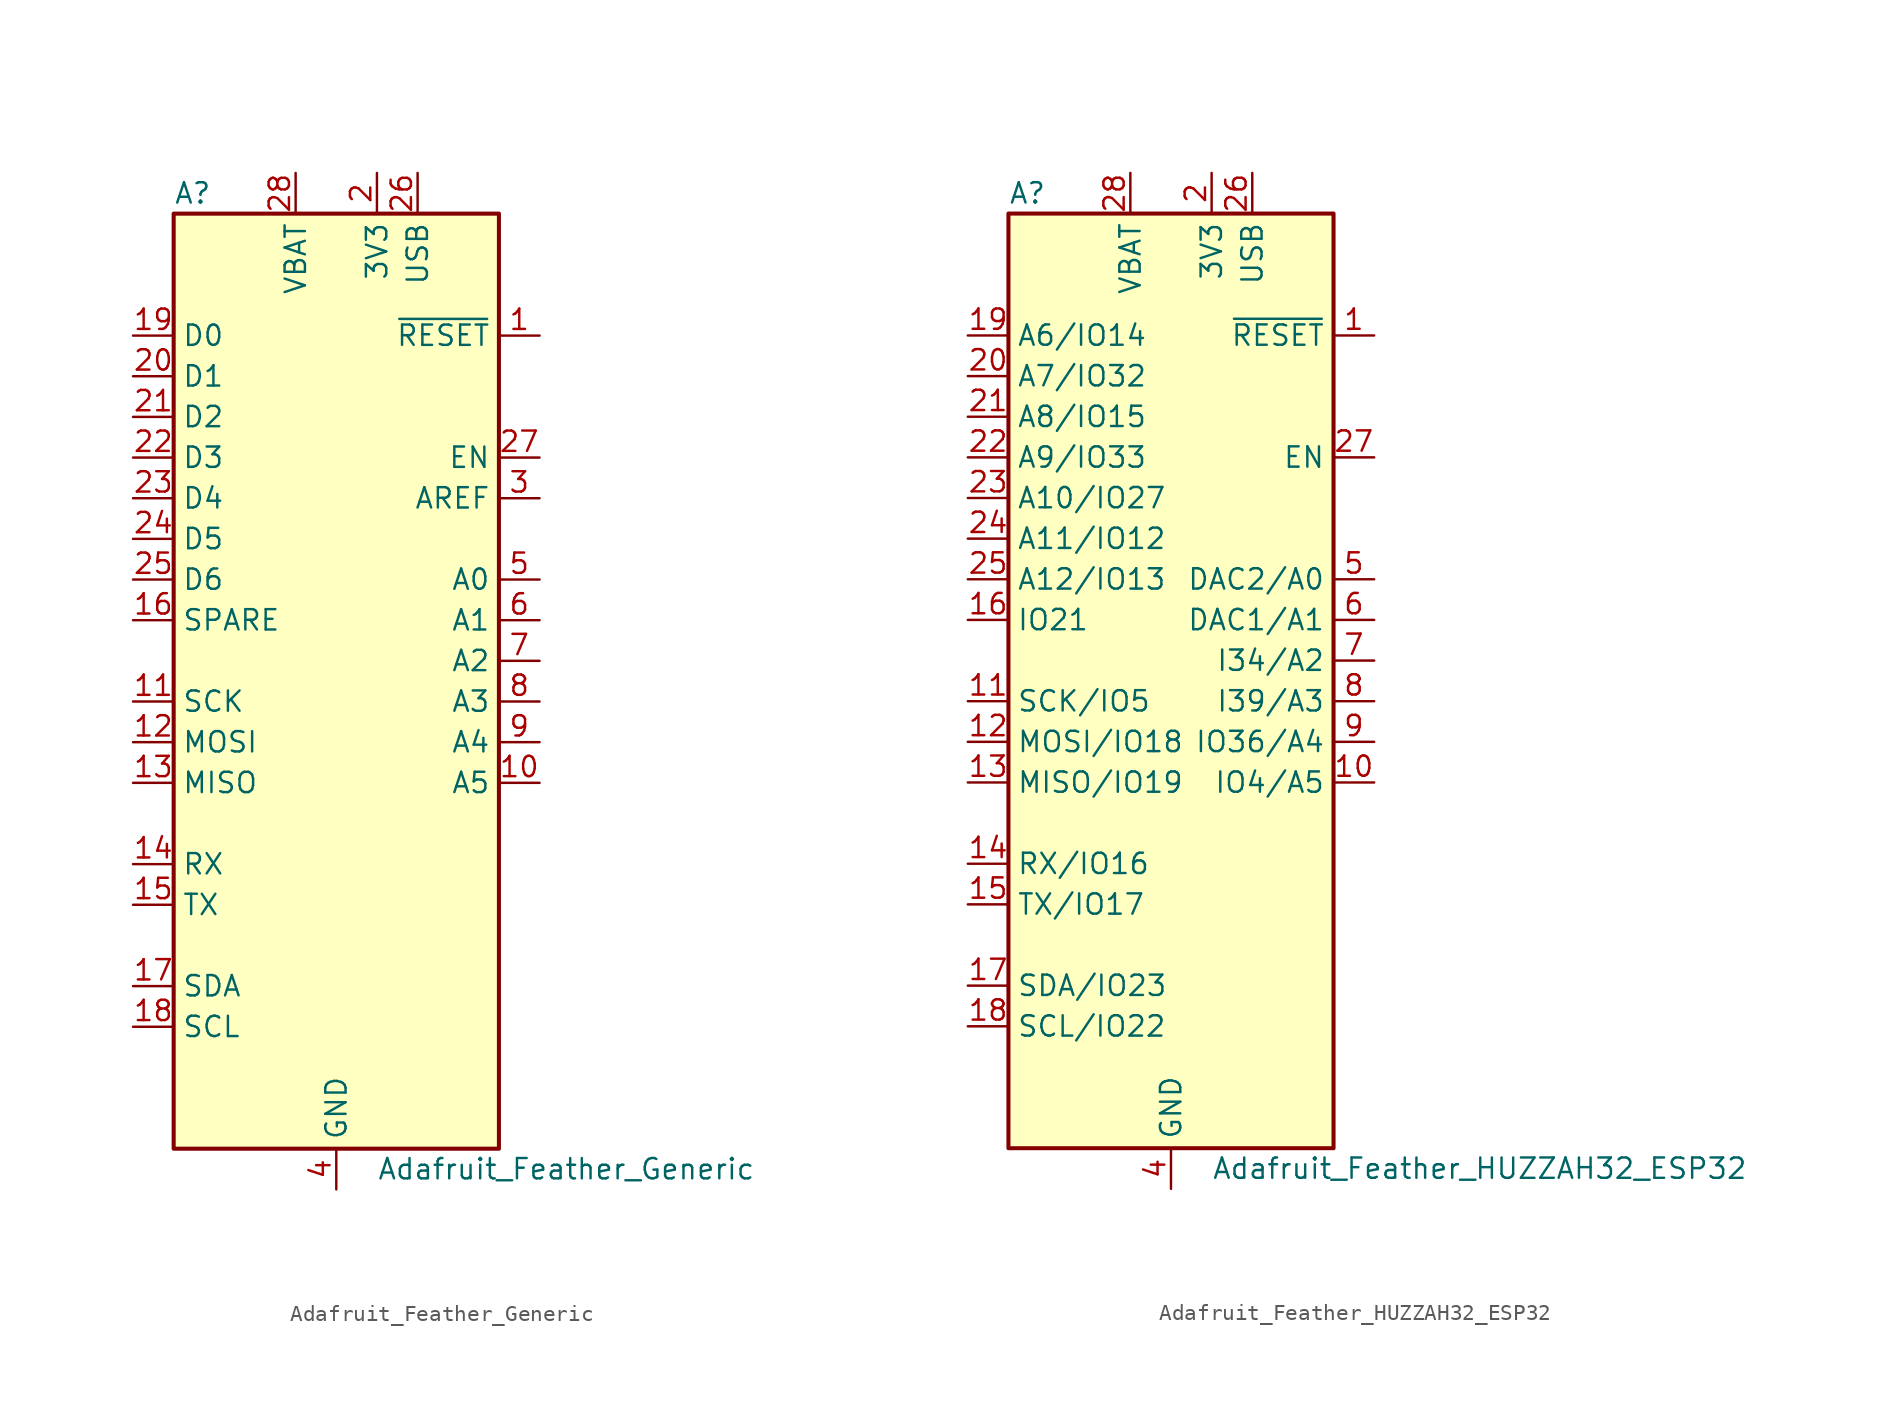
<source format=kicad_sym>
(kicad_symbol_lib
  (version 20231120)
  (generator "kicad_symbol_editor")
  (generator_version "8.0")
  (symbol "Adafruit_Feather_Generic"
    (property "Reference" "A"
      (at -10.16 29.21 0)
      (effects (font (size 1.27 1.27)) (justify left)))
    (property "Value" "Adafruit_Feather_Generic"
      (at 2.54 -31.75 0)
      (effects (font (size 1.27 1.27)) (justify left)))
    (symbol "Adafruit_Feather_Generic_0_1"
      (rectangle (start -10.16 27.94) (end 10.16 -30.48) (stroke (width 0.254) (type default)) (fill (type background))))
    (symbol "Adafruit_Feather_Generic_1_1"
      (pin input line (at 12.7 20.32 180) (length 2.54) (name "~{RESET}" (effects (font (size 1.27 1.27)))) (number "1" (effects (font (size 1.27 1.27)))))
      (pin bidirectional line (at 12.7 -7.62 180) (length 2.54) (name "A5" (effects (font (size 1.27 1.27)))) (number "10" (effects (font (size 1.27 1.27)))))
      (pin bidirectional line (at -12.7 -2.54 0) (length 2.54) (name "SCK" (effects (font (size 1.27 1.27)))) (number "11" (effects (font (size 1.27 1.27)))))
      (pin bidirectional line (at -12.7 -5.08 0) (length 2.54) (name "MOSI" (effects (font (size 1.27 1.27)))) (number "12" (effects (font (size 1.27 1.27)))))
      (pin bidirectional line (at -12.7 -7.62 0) (length 2.54) (name "MISO" (effects (font (size 1.27 1.27)))) (number "13" (effects (font (size 1.27 1.27)))))
      (pin bidirectional line (at -12.7 -12.7 0) (length 2.54) (name "RX" (effects (font (size 1.27 1.27)))) (number "14" (effects (font (size 1.27 1.27)))))
      (pin bidirectional line (at -12.7 -15.24 0) (length 2.54) (name "TX" (effects (font (size 1.27 1.27)))) (number "15" (effects (font (size 1.27 1.27)))))
      (pin bidirectional line (at -12.7 2.54 0) (length 2.54) (name "SPARE" (effects (font (size 1.27 1.27)))) (number "16" (effects (font (size 1.27 1.27)))))
      (pin bidirectional line (at -12.7 -20.32 0) (length 2.54) (name "SDA" (effects (font (size 1.27 1.27)))) (number "17" (effects (font (size 1.27 1.27)))))
      (pin bidirectional line (at -12.7 -22.86 0) (length 2.54) (name "SCL" (effects (font (size 1.27 1.27)))) (number "18" (effects (font (size 1.27 1.27)))))
      (pin bidirectional line (at -12.7 20.32 0) (length 2.54) (name "D0" (effects (font (size 1.27 1.27)))) (number "19" (effects (font (size 1.27 1.27)))))
      (pin power_in line (at 2.54 30.48 270) (length 2.54) (name "3V3" (effects (font (size 1.27 1.27)))) (number "2" (effects (font (size 1.27 1.27)))))
      (pin bidirectional line (at -12.7 17.78 0) (length 2.54) (name "D1" (effects (font (size 1.27 1.27)))) (number "20" (effects (font (size 1.27 1.27)))))
      (pin bidirectional line (at -12.7 15.24 0) (length 2.54) (name "D2" (effects (font (size 1.27 1.27)))) (number "21" (effects (font (size 1.27 1.27)))))
      (pin bidirectional line (at -12.7 12.7 0) (length 2.54) (name "D3" (effects (font (size 1.27 1.27)))) (number "22" (effects (font (size 1.27 1.27)))))
      (pin bidirectional line (at -12.7 10.16 0) (length 2.54) (name "D4" (effects (font (size 1.27 1.27)))) (number "23" (effects (font (size 1.27 1.27)))))
      (pin bidirectional line (at -12.7 7.62 0) (length 2.54) (name "D5" (effects (font (size 1.27 1.27)))) (number "24" (effects (font (size 1.27 1.27)))))
      (pin bidirectional line (at -12.7 5.08 0) (length 2.54) (name "D6" (effects (font (size 1.27 1.27)))) (number "25" (effects (font (size 1.27 1.27)))))
      (pin power_in line (at 5.08 30.48 270) (length 2.54) (name "USB" (effects (font (size 1.27 1.27)))) (number "26" (effects (font (size 1.27 1.27)))))
      (pin input line (at 12.7 12.7 180) (length 2.54) (name "EN" (effects (font (size 1.27 1.27)))) (number "27" (effects (font (size 1.27 1.27)))))
      (pin power_in line (at -2.54 30.48 270) (length 2.54) (name "VBAT" (effects (font (size 1.27 1.27)))) (number "28" (effects (font (size 1.27 1.27)))))
      (pin input line (at 12.7 10.16 180) (length 2.54) (name "AREF" (effects (font (size 1.27 1.27)))) (number "3" (effects (font (size 1.27 1.27)))))
      (pin power_in line (at 0 -33.02 90) (length 2.54) (name "GND" (effects (font (size 1.27 1.27)))) (number "4" (effects (font (size 1.27 1.27)))))
      (pin bidirectional line (at 12.7 5.08 180) (length 2.54) (name "A0" (effects (font (size 1.27 1.27)))) (number "5" (effects (font (size 1.27 1.27)))))
      (pin bidirectional line (at 12.7 2.54 180) (length 2.54) (name "A1" (effects (font (size 1.27 1.27)))) (number "6" (effects (font (size 1.27 1.27)))))
      (pin bidirectional line (at 12.7 0 180) (length 2.54) (name "A2" (effects (font (size 1.27 1.27)))) (number "7" (effects (font (size 1.27 1.27)))))
      (pin bidirectional line (at 12.7 -2.54 180) (length 2.54) (name "A3" (effects (font (size 1.27 1.27)))) (number "8" (effects (font (size 1.27 1.27)))))
      (pin bidirectional line (at 12.7 -5.08 180) (length 2.54) (name "A4" (effects (font (size 1.27 1.27)))) (number "9" (effects (font (size 1.27 1.27)))))))
  (symbol "Adafruit_Feather_HUZZAH32_ESP32"
    (property "Reference" "A"
      (at -10.16 29.21 0)
      (effects (font (size 1.27 1.27)) (justify left)))
    (property "Value" "Adafruit_Feather_HUZZAH32_ESP32"
      (at 2.54 -31.75 0)
      (effects (font (size 1.27 1.27)) (justify left)))
    (symbol "Adafruit_Feather_HUZZAH32_ESP32_0_1"
      (rectangle (start -10.16 27.94) (end 10.16 -30.48) (stroke (width 0.254) (type default)) (fill (type background))))
    (symbol "Adafruit_Feather_HUZZAH32_ESP32_1_1"
      (pin input line (at 12.7 20.32 180) (length 2.54) (name "~{RESET}" (effects (font (size 1.27 1.27)))) (number "1" (effects (font (size 1.27 1.27)))))
      (pin bidirectional line (at 12.7 -7.62 180) (length 2.54) (name "IO4/A5" (effects (font (size 1.27 1.27)))) (number "10" (effects (font (size 1.27 1.27)))))
      (pin bidirectional line (at -12.7 -2.54 0) (length 2.54) (name "SCK/IO5" (effects (font (size 1.27 1.27)))) (number "11" (effects (font (size 1.27 1.27)))))
      (pin bidirectional line (at -12.7 -5.08 0) (length 2.54) (name "MOSI/IO18" (effects (font (size 1.27 1.27)))) (number "12" (effects (font (size 1.27 1.27)))))
      (pin bidirectional line (at -12.7 -7.62 0) (length 2.54) (name "MISO/IO19" (effects (font (size 1.27 1.27)))) (number "13" (effects (font (size 1.27 1.27)))))
      (pin bidirectional line (at -12.7 -12.7 0) (length 2.54) (name "RX/IO16" (effects (font (size 1.27 1.27)))) (number "14" (effects (font (size 1.27 1.27)))))
      (pin bidirectional line (at -12.7 -15.24 0) (length 2.54) (name "TX/IO17" (effects (font (size 1.27 1.27)))) (number "15" (effects (font (size 1.27 1.27)))))
      (pin bidirectional line (at -12.7 2.54 0) (length 2.54) (name "IO21" (effects (font (size 1.27 1.27)))) (number "16" (effects (font (size 1.27 1.27)))))
      (pin bidirectional line (at -12.7 -20.32 0) (length 2.54) (name "SDA/IO23" (effects (font (size 1.27 1.27)))) (number "17" (effects (font (size 1.27 1.27)))))
      (pin bidirectional line (at -12.7 -22.86 0) (length 2.54) (name "SCL/IO22" (effects (font (size 1.27 1.27)))) (number "18" (effects (font (size 1.27 1.27)))))
      (pin bidirectional line (at -12.7 20.32 0) (length 2.54) (name "A6/IO14" (effects (font (size 1.27 1.27)))) (number "19" (effects (font (size 1.27 1.27)))))
      (pin power_in line (at 2.54 30.48 270) (length 2.54) (name "3V3" (effects (font (size 1.27 1.27)))) (number "2" (effects (font (size 1.27 1.27)))))
      (pin bidirectional line (at -12.7 17.78 0) (length 2.54) (name "A7/IO32" (effects (font (size 1.27 1.27)))) (number "20" (effects (font (size 1.27 1.27)))))
      (pin bidirectional line (at -12.7 15.24 0) (length 2.54) (name "A8/IO15" (effects (font (size 1.27 1.27)))) (number "21" (effects (font (size 1.27 1.27)))))
      (pin bidirectional line (at -12.7 12.7 0) (length 2.54) (name "A9/IO33" (effects (font (size 1.27 1.27)))) (number "22" (effects (font (size 1.27 1.27)))))
      (pin bidirectional line (at -12.7 10.16 0) (length 2.54) (name "A10/IO27" (effects (font (size 1.27 1.27)))) (number "23" (effects (font (size 1.27 1.27)))))
      (pin bidirectional line (at -12.7 7.62 0) (length 2.54) (name "A11/IO12" (effects (font (size 1.27 1.27)))) (number "24" (effects (font (size 1.27 1.27)))))
      (pin bidirectional line (at -12.7 5.08 0) (length 2.54) (name "A12/IO13" (effects (font (size 1.27 1.27)))) (number "25" (effects (font (size 1.27 1.27)))))
      (pin power_in line (at 5.08 30.48 270) (length 2.54) (name "USB" (effects (font (size 1.27 1.27)))) (number "26" (effects (font (size 1.27 1.27)))))
      (pin input line (at 12.7 12.7 180) (length 2.54) (name "EN" (effects (font (size 1.27 1.27)))) (number "27" (effects (font (size 1.27 1.27)))))
      (pin power_in line (at -2.54 30.48 270) (length 2.54) (name "VBAT" (effects (font (size 1.27 1.27)))) (number "28" (effects (font (size 1.27 1.27)))))
      (pin no_connect line (at 10.16 10.16 180) (length 2.54) hide (name "NC" (effects (font (size 1.27 1.27)))) (number "3" (effects (font (size 1.27 1.27)))))
      (pin power_in line (at 0 -33.02 90) (length 2.54) (name "GND" (effects (font (size 1.27 1.27)))) (number "4" (effects (font (size 1.27 1.27)))))
      (pin bidirectional line (at 12.7 5.08 180) (length 2.54) (name "DAC2/A0" (effects (font (size 1.27 1.27)))) (number "5" (effects (font (size 1.27 1.27)))))
      (pin bidirectional line (at 12.7 2.54 180) (length 2.54) (name "DAC1/A1" (effects (font (size 1.27 1.27)))) (number "6" (effects (font (size 1.27 1.27)))))
      (pin bidirectional line (at 12.7 0 180) (length 2.54) (name "I34/A2" (effects (font (size 1.27 1.27)))) (number "7" (effects (font (size 1.27 1.27)))))
      (pin bidirectional line (at 12.7 -2.54 180) (length 2.54) (name "I39/A3" (effects (font (size 1.27 1.27)))) (number "8" (effects (font (size 1.27 1.27)))))
      (pin bidirectional line (at 12.7 -5.08 180) (length 2.54) (name "IO36/A4" (effects (font (size 1.27 1.27)))) (number "9" (effects (font (size 1.27 1.27))))))))
</source>
